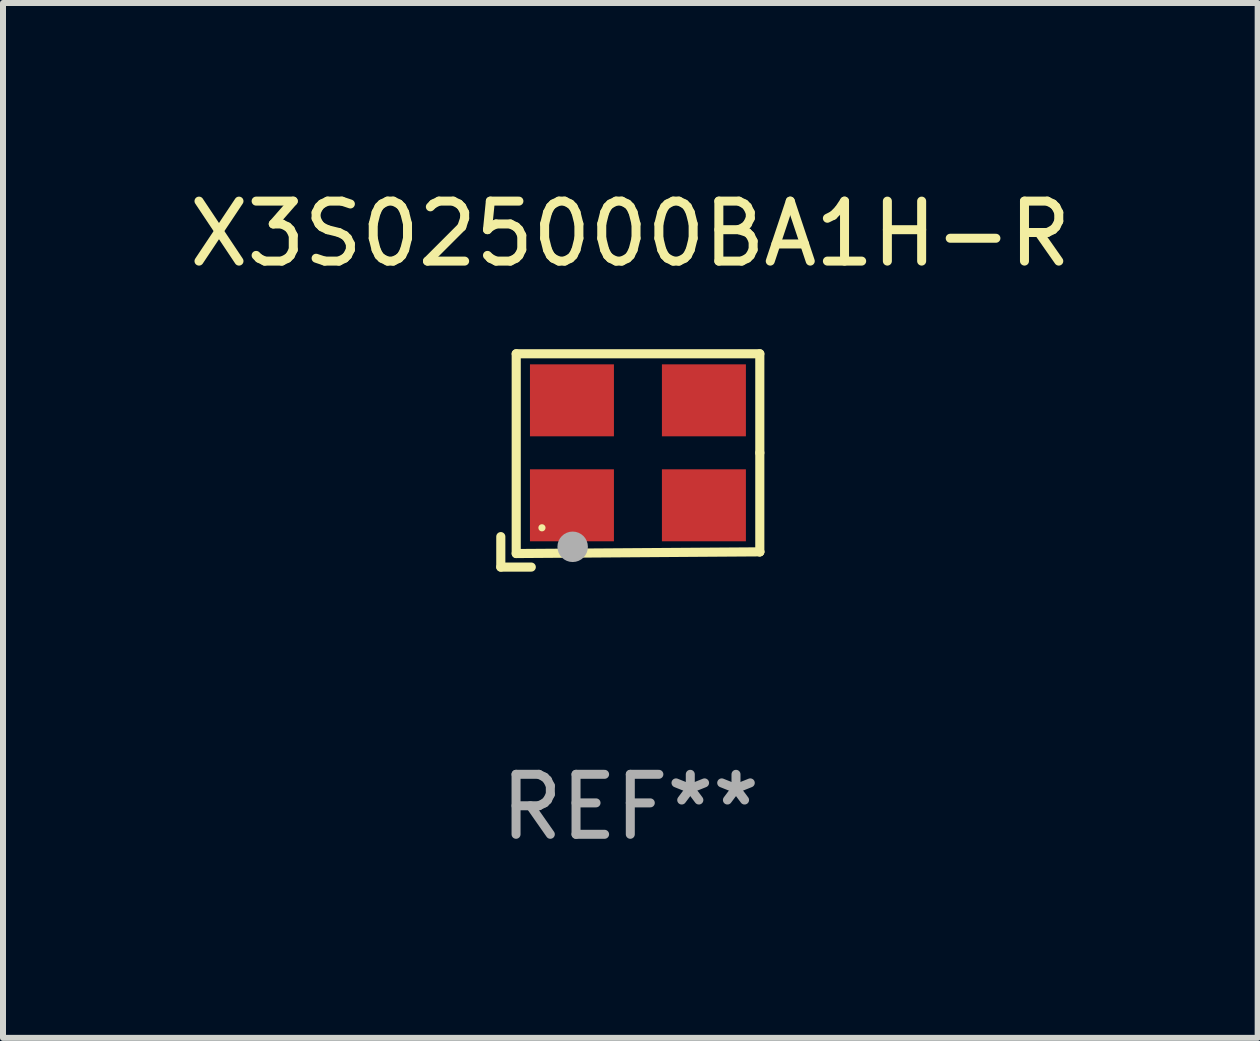
<source format=kicad_pcb>
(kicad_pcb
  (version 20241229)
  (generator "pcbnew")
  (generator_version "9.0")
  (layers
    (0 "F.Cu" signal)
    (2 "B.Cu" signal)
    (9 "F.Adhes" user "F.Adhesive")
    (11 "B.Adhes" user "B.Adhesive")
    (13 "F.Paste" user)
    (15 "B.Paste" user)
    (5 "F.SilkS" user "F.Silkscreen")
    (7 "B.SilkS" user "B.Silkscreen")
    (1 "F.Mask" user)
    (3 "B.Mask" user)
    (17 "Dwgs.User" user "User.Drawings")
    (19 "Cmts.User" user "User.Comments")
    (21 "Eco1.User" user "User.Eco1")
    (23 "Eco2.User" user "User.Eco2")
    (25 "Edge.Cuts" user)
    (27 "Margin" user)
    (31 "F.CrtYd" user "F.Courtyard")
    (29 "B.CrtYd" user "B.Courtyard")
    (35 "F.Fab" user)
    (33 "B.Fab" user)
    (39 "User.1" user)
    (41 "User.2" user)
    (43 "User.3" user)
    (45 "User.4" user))
  (footprint "X3S025000BA1H-R"
    (layer "F.Cu")
    (at 7.458 4.626)
    (property "Reference" "X3S025000BA1H-R" (at 0 -3.778 0) (layer "F.SilkS") (effects (font (size 1 1) (thickness 0.15))))
    (attr through_hole)
    (fp_line (start -2.159 1.27) (end -2.159 1.778) (stroke (width 0.152) (type solid)) (layer "F.SilkS"))
    (fp_line (start -2.159 1.778) (end -1.651 1.778) (stroke (width 0.152) (type solid)) (layer "F.SilkS"))
    (fp_line (start -1.902 -1.778) (end 2.159 -1.778) (stroke (width 0.152) (type solid)) (layer "F.SilkS"))
    (fp_line (start -1.902 1.552) (end -1.902 -1.778) (stroke (width 0.152) (type solid)) (layer "F.SilkS"))
    (fp_line (start 2.159 -1.778) (end 2.159 -0.127) (stroke (width 0.152) (type solid)) (layer "F.SilkS"))
    (fp_line (start 2.159 -0.127) (end 2.159 1.524) (stroke (width 0.152) (type solid)) (layer "F.SilkS"))
    (fp_line (start 2.159 1.524) (end -1.902 1.552) (stroke (width 0.152) (type solid)) (layer "F.SilkS"))
    (fp_line (start 2.159 1.524) (end 2.159 1.524) (stroke (width 0.152) (type solid)) (layer "F.SilkS"))
    (fp_circle (center -1.473 1.123) (end -1.443 1.123) (stroke (width 0.06) (type solid)) (fill no) (layer "F.SilkS"))
    (fp_circle (center -0.961 1.44) (end -0.834 1.44) (stroke (width 0.254) (type solid)) (fill no) (layer "F.Fab"))
    (fp_text user "REF**" (at 0 5.778 0) (layer "F.Fab") (effects (font (size 1 1) (thickness 0.15))))
    (pad "1" smd rect (at -0.973 0.748) (size 1.4 1.2) (layers "F.Cu" "F.Mask" "F.Paste"))
    (pad "2" smd rect (at 1.227 0.748) (size 1.4 1.2) (layers "F.Cu" "F.Mask" "F.Paste"))
    (pad "3" smd rect (at 1.227 -1.002) (size 1.4 1.2) (layers "F.Cu" "F.Mask" "F.Paste"))
    (pad "4" smd rect (at -0.973 -1.002) (size 1.4 1.2) (layers "F.Cu" "F.Mask" "F.Paste")))
  (gr_rect
    (start -3 -3)
    (end 17.917 14.253)
    (stroke (width 0.1) (type default))
    (fill no)
    (layer "Edge.Cuts")))
</source>
